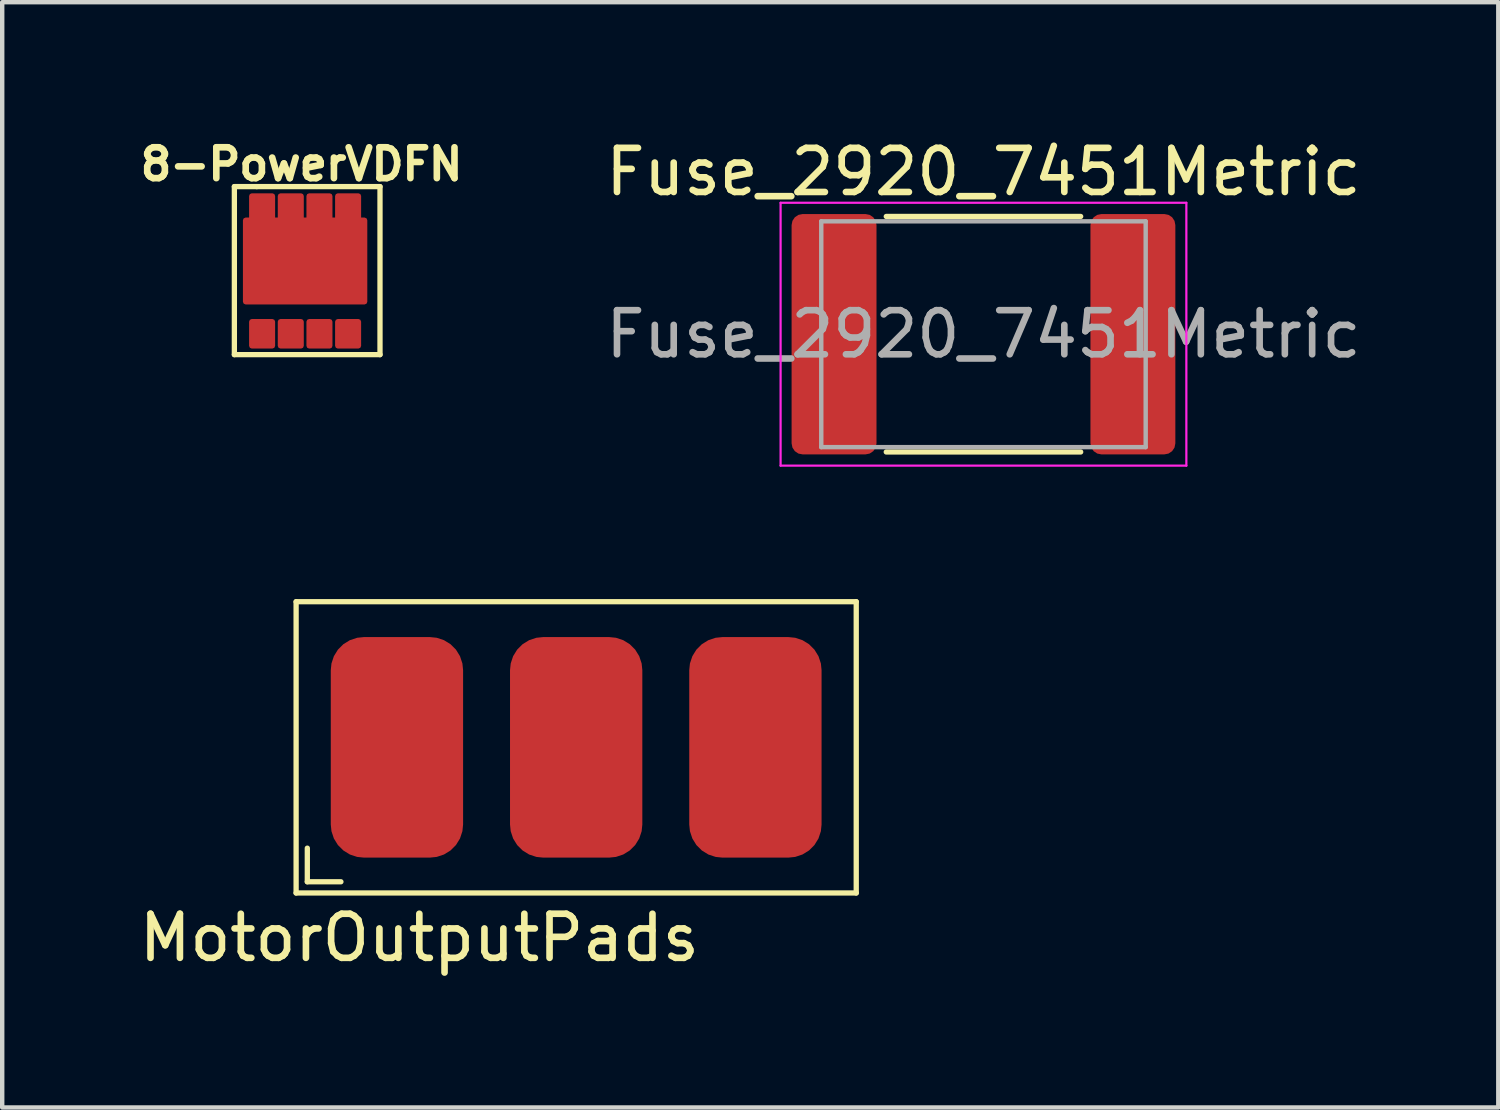
<source format=kicad_pcb>
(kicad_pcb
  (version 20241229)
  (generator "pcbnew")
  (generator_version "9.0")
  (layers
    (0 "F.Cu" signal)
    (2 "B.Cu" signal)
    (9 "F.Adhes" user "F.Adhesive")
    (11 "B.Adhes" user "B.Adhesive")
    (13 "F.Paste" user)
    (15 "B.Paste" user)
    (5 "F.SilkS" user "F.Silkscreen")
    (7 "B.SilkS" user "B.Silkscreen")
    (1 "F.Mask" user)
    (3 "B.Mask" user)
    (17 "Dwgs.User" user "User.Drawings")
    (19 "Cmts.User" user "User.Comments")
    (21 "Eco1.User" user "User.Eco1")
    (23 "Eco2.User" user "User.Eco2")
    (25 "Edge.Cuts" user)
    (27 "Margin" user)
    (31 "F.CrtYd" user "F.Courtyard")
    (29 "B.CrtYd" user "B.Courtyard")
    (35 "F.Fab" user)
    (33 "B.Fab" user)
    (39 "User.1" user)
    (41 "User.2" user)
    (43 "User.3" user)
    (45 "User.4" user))
  (footprint "MotorOutputPads"
    (layer "F.Cu")
    (at 10.014 13.895)
    (property "Reference" "MotorOutputPads" (at -3.556 4.318 0) (unlocked yes) (layer "F.SilkS") (effects (font (size 1 1) (thickness 0.15))))
    (attr smd)
    (fp_line (start -6.35 -3.302) (end -6.35 3.302) (stroke (width 0.12) (type solid)) (layer "F.SilkS"))
    (fp_line (start -6.35 3.302) (end 6.35 3.302) (stroke (width 0.12) (type solid)) (layer "F.SilkS"))
    (fp_line (start -6.096 2.286) (end -6.096 3.048) (stroke (width 0.12) (type solid)) (layer "F.SilkS"))
    (fp_line (start -6.096 3.048) (end -5.334 3.048) (stroke (width 0.12) (type solid)) (layer "F.SilkS"))
    (fp_line (start 6.35 -3.302) (end -6.35 -3.302) (stroke (width 0.12) (type solid)) (layer "F.SilkS"))
    (fp_line (start 6.35 3.302) (end 6.35 -3.302) (stroke (width 0.12) (type solid)) (layer "F.SilkS"))
    (pad "1" smd roundrect (at -4.064 0) (size 3 5) (layers "F.Cu" "F.Mask" "F.Paste") (roundrect_rratio 0.25))
    (pad "2" smd roundrect (at 0 0) (size 3 5) (layers "F.Cu" "F.Mask" "F.Paste") (roundrect_rratio 0.25))
    (pad "3" smd roundrect (at 4.064 0) (size 3 5) (layers "F.Cu" "F.Mask" "F.Paste") (roundrect_rratio 0.25)))
  (footprint "8-PowerVDFN"
    (layer "F.Cu")
    (at 2.518 1.943)
    (property "Reference" "8-PowerVDFN" (at 1.27 -1.27 0) (unlocked yes) (layer "F.SilkS") (effects (font (size 0.7 0.7) (thickness 0.15))))
    (attr smd)
    (fp_line (start -0.254 -0.762) (end -0.254 3.048) (stroke (width 0.12) (type solid)) (layer "F.SilkS"))
    (fp_line (start -0.254 3.048) (end 3.048 3.048) (stroke (width 0.12) (type solid)) (layer "F.SilkS"))
    (fp_line (start 0.254 -0.762) (end -0.254 -0.762) (stroke (width 0.12) (type solid)) (layer "F.SilkS"))
    (fp_line (start 3.048 -0.762) (end 0.254 -0.762) (stroke (width 0.12) (type solid)) (layer "F.SilkS"))
    (fp_line (start 3.048 3.048) (end 3.048 -0.762) (stroke (width 0.12) (type solid)) (layer "F.SilkS"))
    (pad "1" smd custom (at 0 0) (size 0.001 0.001) (layers "F.Cu" "F.Mask" "F.Paste") (options (anchor rect)) (primitives (gr_poly (pts (xy 0 0) (xy 2.7 0) (xy 2.7 1.85) (xy 0 1.85)) (width 0.12) (fill yes)) (gr_poly (pts (xy 0.79 -0.55) (xy 0.79 0) (xy 1.26 0) (xy 1.26 -0.55)) (width 0.12) (fill yes)) (gr_poly (pts (xy 0.14 -0.55) (xy 0.14 0) (xy 0.61 0) (xy 0.61 -0.55)) (width 0.12) (fill yes)) (gr_poly (pts (xy 1.44 -0.55) (xy 1.44 0) (xy 1.91 0) (xy 1.91 -0.55)) (width 0.12) (fill yes)) (gr_poly (pts (xy 2.09 -0.55) (xy 2.09 0) (xy 2.56 0) (xy 2.56 -0.55)) (width 0.12) (fill yes))))
    (pad "2" smd custom (at 0.14 2.85) (size 0.001 0.001) (layers "F.Cu" "F.Mask" "F.Paste") (options (anchor rect)) (primitives (gr_poly (pts (xy 0 -0.55) (xy 0 0) (xy 0.47 0) (xy 0.47 -0.55)) (width 0.12) (fill yes))))
    (pad "2" smd custom (at 0.79 2.85) (size 0.001 0.001) (layers "F.Cu" "F.Mask" "F.Paste") (options (anchor rect)) (primitives (gr_poly (pts (xy 0.47 0) (xy 0 0) (xy 0 -0.55) (xy 0.47 -0.55)) (width 0.12) (fill yes))))
    (pad "2" smd custom (at 1.44 2.85) (size 0.001 0.001) (layers "F.Cu" "F.Mask" "F.Paste") (options (anchor rect)) (primitives (gr_poly (pts (xy 0.47 0) (xy 0 0) (xy 0 -0.55) (xy 0.47 -0.55)) (width 0.12) (fill yes))))
    (pad "3" smd custom (at 2.09 2.85) (size 0.001 0.001) (layers "F.Cu" "F.Mask" "F.Paste") (options (anchor rect)) (primitives (gr_poly (pts (xy 0.47 0) (xy 0 0) (xy 0 -0.55) (xy 0.47 -0.55)) (width 0.12) (fill yes)))))
  (footprint "Fuse_2920_7451Metric"
    (layer "F.Cu")
    (at 19.249 4.528)
    (property "Reference" "Fuse_2920_7451Metric" (at 0 -3.68 0) (layer "F.SilkS") (effects (font (size 1 1) (thickness 0.15))))
    (attr smd)
    (fp_line (start -2.204 -2.67) (end 2.204 -2.67) (stroke (width 0.12) (type solid)) (layer "F.SilkS"))
    (fp_line (start -2.204 2.67) (end 2.204 2.67) (stroke (width 0.12) (type solid)) (layer "F.SilkS"))
    (fp_line (start -4.6 -2.98) (end 4.6 -2.98) (stroke (width 0.05) (type solid)) (layer "F.CrtYd"))
    (fp_line (start -4.6 2.98) (end -4.6 -2.98) (stroke (width 0.05) (type solid)) (layer "F.CrtYd"))
    (fp_line (start 4.6 -2.98) (end 4.6 2.98) (stroke (width 0.05) (type solid)) (layer "F.CrtYd"))
    (fp_line (start 4.6 2.98) (end -4.6 2.98) (stroke (width 0.05) (type solid)) (layer "F.CrtYd"))
    (fp_line (start -3.678 -2.56) (end 3.678 -2.56) (stroke (width 0.1) (type solid)) (layer "F.Fab"))
    (fp_line (start -3.678 2.56) (end -3.678 -2.56) (stroke (width 0.1) (type solid)) (layer "F.Fab"))
    (fp_line (start 3.678 -2.56) (end 3.678 2.56) (stroke (width 0.1) (type solid)) (layer "F.Fab"))
    (fp_line (start 3.678 2.56) (end -3.678 2.56) (stroke (width 0.1) (type solid)) (layer "F.Fab"))
    (fp_text user "${REFERENCE}" (at 0 0 0) (layer "F.Fab") (effects (font (size 1 1) (thickness 0.15))))
    (pad "1" smd roundrect (at -3.388 0) (size 1.925 5.45) (layers "F.Cu" "F.Mask" "F.Paste") (roundrect_rratio 0.13))
    (pad "2" smd roundrect (at 3.388 0) (size 1.925 5.45) (layers "F.Cu" "F.Mask" "F.Paste") (roundrect_rratio 0.13)))
  (gr_rect
    (start -3 -3)
    (end 30.922 22.061)
    (stroke (width 0.1) (type default))
    (fill no)
    (layer "Edge.Cuts")))
</source>
